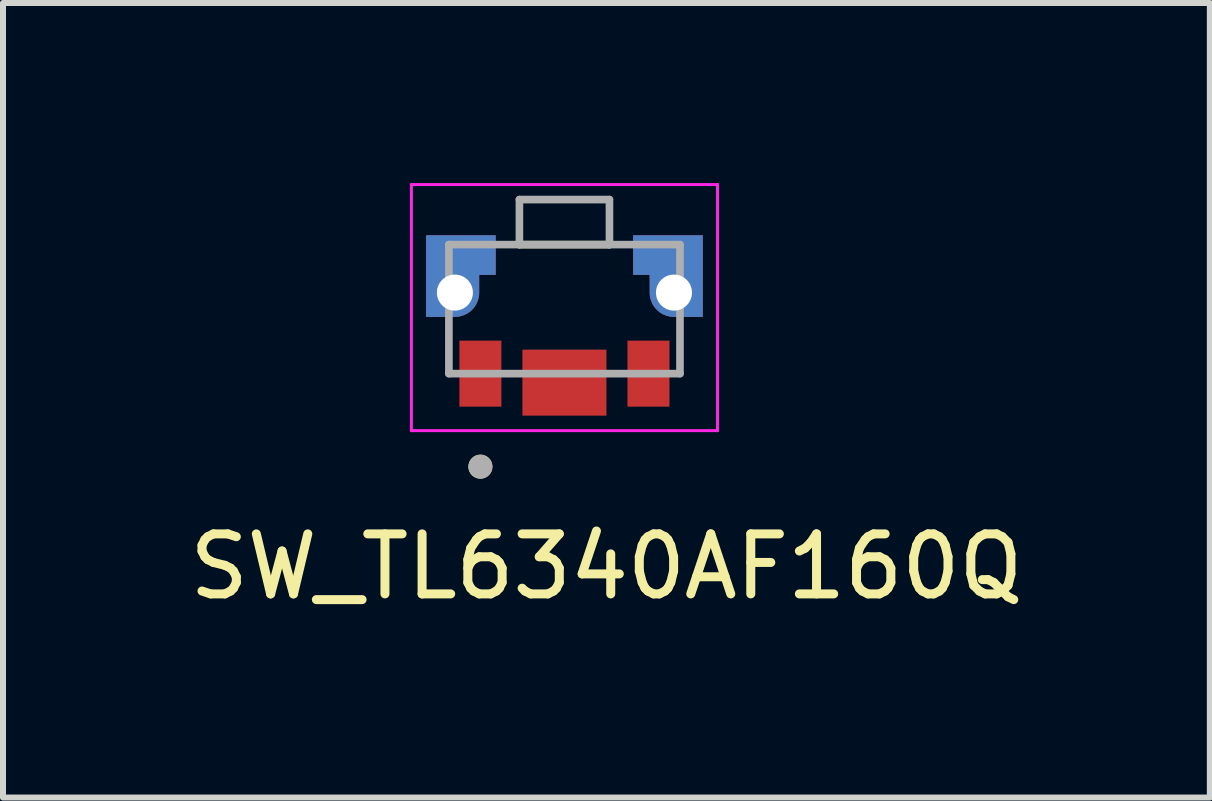
<source format=kicad_pcb>
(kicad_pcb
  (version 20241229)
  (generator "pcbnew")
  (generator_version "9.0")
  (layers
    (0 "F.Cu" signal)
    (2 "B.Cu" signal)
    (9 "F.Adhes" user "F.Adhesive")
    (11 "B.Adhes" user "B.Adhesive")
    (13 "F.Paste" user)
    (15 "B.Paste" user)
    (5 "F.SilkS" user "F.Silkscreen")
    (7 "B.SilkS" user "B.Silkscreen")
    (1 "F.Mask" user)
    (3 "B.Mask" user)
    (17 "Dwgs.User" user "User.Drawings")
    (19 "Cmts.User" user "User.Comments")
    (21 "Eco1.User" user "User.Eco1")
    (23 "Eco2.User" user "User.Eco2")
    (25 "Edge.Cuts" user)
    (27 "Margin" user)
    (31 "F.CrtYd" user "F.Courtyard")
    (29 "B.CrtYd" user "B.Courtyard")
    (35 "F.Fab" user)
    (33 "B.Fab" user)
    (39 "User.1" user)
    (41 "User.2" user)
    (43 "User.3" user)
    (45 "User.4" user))
  (footprint "SW_TL6340AF160Q"
    (layer "F.Cu")
    (at 6.354 1.825)
    (property "Reference" "SW_TL6340AF160Q" (at 0.7 4.565 0) (layer "F.SilkS") (effects (font (size 1 1) (thickness 0.15))))
    (attr smd)
    (fp_poly (pts (xy 1.325 -0.2) (xy 1.05 -0.2) (xy 1.05 -1.05) (xy 2.4 -1.05) (xy 2.4 0.5) (xy 1.825 0.5) (xy 1.799 0.499) (xy 1.773 0.497) (xy 1.747 0.494) (xy 1.721 0.489) (xy 1.696 0.483) (xy 1.67 0.476) (xy 1.646 0.467) (xy 1.622 0.457) (xy 1.598 0.446) (xy 1.575 0.433) (xy 1.553 0.419) (xy 1.531 0.405) (xy 1.51 0.389) (xy 1.49 0.372) (xy 1.471 0.354) (xy 1.453 0.335) (xy 1.436 0.315) (xy 1.42 0.294) (xy 1.406 0.272) (xy 1.392 0.25) (xy 1.379 0.227) (xy 1.368 0.203) (xy 1.358 0.179) (xy 1.349 0.155) (xy 1.342 0.129) (xy 1.336 0.104) (xy 1.331 0.078) (xy 1.328 0.052) (xy 1.326 0.026) (xy 1.325 0) (xy 1.325 -0.2)) (stroke (width 0.01) (type solid)) (fill yes) (layer "F.Mask"))
    (fp_poly (pts (xy -1.325 -0.2) (xy -1.05 -0.2) (xy -1.05 -1.05) (xy -1.075 -1.05) (xy -2.4 -1.05) (xy -2.4 0.5) (xy -1.825 0.5) (xy -1.799 0.499) (xy -1.773 0.497) (xy -1.747 0.494) (xy -1.721 0.489) (xy -1.696 0.483) (xy -1.67 0.476) (xy -1.646 0.467) (xy -1.622 0.457) (xy -1.598 0.446) (xy -1.575 0.433) (xy -1.553 0.419) (xy -1.531 0.405) (xy -1.51 0.389) (xy -1.49 0.372) (xy -1.471 0.354) (xy -1.453 0.335) (xy -1.436 0.315) (xy -1.42 0.294) (xy -1.406 0.272) (xy -1.392 0.25) (xy -1.379 0.227) (xy -1.368 0.203) (xy -1.358 0.179) (xy -1.349 0.155) (xy -1.342 0.129) (xy -1.336 0.104) (xy -1.331 0.078) (xy -1.328 0.052) (xy -1.326 0.026) (xy -1.325 0) (xy -1.325 -0.2)) (stroke (width 0.01) (type solid)) (fill yes) (layer "F.Mask"))
    (fp_poly (pts (xy -1.325 -0.2) (xy -1.05 -0.2) (xy -1.05 -1.05) (xy -2.4 -1.05) (xy -2.4 0.5) (xy -1.825 0.5) (xy -1.799 0.499) (xy -1.773 0.497) (xy -1.747 0.494) (xy -1.721 0.489) (xy -1.696 0.483) (xy -1.67 0.476) (xy -1.646 0.467) (xy -1.622 0.457) (xy -1.598 0.446) (xy -1.575 0.433) (xy -1.553 0.419) (xy -1.531 0.405) (xy -1.51 0.389) (xy -1.49 0.372) (xy -1.471 0.354) (xy -1.453 0.335) (xy -1.436 0.315) (xy -1.42 0.294) (xy -1.406 0.272) (xy -1.392 0.25) (xy -1.379 0.227) (xy -1.368 0.203) (xy -1.358 0.179) (xy -1.349 0.155) (xy -1.342 0.129) (xy -1.336 0.104) (xy -1.331 0.078) (xy -1.328 0.052) (xy -1.326 0.026) (xy -1.325 0) (xy -1.325 -0.2)) (stroke (width 0.01) (type solid)) (fill yes) (layer "B.Mask"))
    (fp_poly (pts (xy 1.325 -0.2) (xy 1.05 -0.2) (xy 1.05 -1.05) (xy 2.4 -1.05) (xy 2.4 0.5) (xy 1.825 0.5) (xy 1.799 0.499) (xy 1.773 0.497) (xy 1.747 0.494) (xy 1.721 0.489) (xy 1.696 0.483) (xy 1.67 0.476) (xy 1.646 0.467) (xy 1.622 0.457) (xy 1.598 0.446) (xy 1.575 0.433) (xy 1.553 0.419) (xy 1.531 0.405) (xy 1.51 0.389) (xy 1.49 0.372) (xy 1.471 0.354) (xy 1.453 0.335) (xy 1.436 0.315) (xy 1.42 0.294) (xy 1.406 0.272) (xy 1.392 0.25) (xy 1.379 0.227) (xy 1.368 0.203) (xy 1.358 0.179) (xy 1.349 0.155) (xy 1.342 0.129) (xy 1.336 0.104) (xy 1.331 0.078) (xy 1.328 0.052) (xy 1.326 0.026) (xy 1.325 0) (xy 1.325 -0.2)) (stroke (width 0.01) (type solid)) (fill yes) (layer "B.Mask"))
    (fp_line (start 0.75 -0.8) (end -0.75 -0.8) (stroke (width 0.127) (type solid)) (layer "F.SilkS"))
    (fp_circle (center -1.4 2.9) (end -1.3 2.9) (stroke (width 0.2) (type solid)) (fill no) (layer "F.SilkS"))
    (fp_line (start -2.55 -1.8) (end -2.55 2.3) (stroke (width 0.05) (type solid)) (layer "F.CrtYd"))
    (fp_line (start -2.55 2.3) (end 2.55 2.3) (stroke (width 0.05) (type solid)) (layer "F.CrtYd"))
    (fp_line (start 2.55 -1.8) (end -2.55 -1.8) (stroke (width 0.05) (type solid)) (layer "F.CrtYd"))
    (fp_line (start 2.55 2.3) (end 2.55 -1.8) (stroke (width 0.05) (type solid)) (layer "F.CrtYd"))
    (fp_line (start -1.925 -0.8) (end -1.925 1.35) (stroke (width 0.127) (type solid)) (layer "F.Fab"))
    (fp_line (start -1.925 -0.8) (end -0.75 -0.8) (stroke (width 0.127) (type solid)) (layer "F.Fab"))
    (fp_line (start -1.925 1.35) (end 1.925 1.35) (stroke (width 0.127) (type solid)) (layer "F.Fab"))
    (fp_line (start -0.75 -1.55) (end 0.75 -1.55) (stroke (width 0.127) (type solid)) (layer "F.Fab"))
    (fp_line (start -0.75 -0.8) (end -0.75 -1.55) (stroke (width 0.127) (type solid)) (layer "F.Fab"))
    (fp_line (start 0.75 -1.55) (end 0.75 -0.8) (stroke (width 0.127) (type solid)) (layer "F.Fab"))
    (fp_line (start 0.75 -0.8) (end -0.75 -0.8) (stroke (width 0.127) (type solid)) (layer "F.Fab"))
    (fp_line (start 1.925 -0.8) (end 0.75 -0.8) (stroke (width 0.127) (type solid)) (layer "F.Fab"))
    (fp_line (start 1.925 1.35) (end 1.925 -0.8) (stroke (width 0.127) (type solid)) (layer "F.Fab"))
    (fp_circle (center -1.4 2.9) (end -1.3 2.9) (stroke (width 0.2) (type solid)) (fill no) (layer "F.Fab"))
    (pad "1" smd rect (at -1.4 1.35) (size 0.7 1.1) (layers "F.Cu" "F.Mask" "F.Paste"))
    (pad "2" smd rect (at 1.4 1.35) (size 0.7 1.1) (layers "F.Cu" "F.Mask" "F.Paste"))
    (pad "SH1" thru_hole custom (at -1.825 0) (size 0.8 0.8) (drill 0.6) (layers "*.Cu") (options (anchor circle)) (primitives (gr_poly (pts (xy -0.47 -0.95) (xy -0.475 -0.95) (xy -0.475 0.4) (xy 0 0.4) (xy 0.021 0.399) (xy 0.042 0.398) (xy 0.063 0.395) (xy 0.083 0.391) (xy 0.104 0.386) (xy 0.124 0.38) (xy 0.143 0.373) (xy 0.163 0.365) (xy 0.182 0.356) (xy 0.2 0.346) (xy 0.218 0.335) (xy 0.235 0.324) (xy 0.252 0.311) (xy 0.268 0.297) (xy 0.283 0.283) (xy 0.297 0.268) (xy 0.311 0.252) (xy 0.324 0.235) (xy 0.335 0.218) (xy 0.346 0.2) (xy 0.356 0.182) (xy 0.365 0.163) (xy 0.373 0.143) (xy 0.38 0.124) (xy 0.386 0.104) (xy 0.391 0.083) (xy 0.395 0.063) (xy 0.398 0.042) (xy 0.399 0.021) (xy 0.4 0) (xy 0.4 -0.3) (xy 0.675 -0.3) (xy 0.675 -0.95) (xy -0.47 -0.95)) (width 0.01) (fill yes))))
    (pad "SH2" thru_hole custom (at 1.825 0) (size 0.8 0.8) (drill 0.6) (layers "*.Cu") (options (anchor circle)) (primitives (gr_poly (pts (xy -0.675 -0.95) (xy 0.475 -0.95) (xy 0.475 0.4) (xy 0 0.4) (xy -0.021 0.399) (xy -0.042 0.398) (xy -0.063 0.395) (xy -0.083 0.391) (xy -0.104 0.386) (xy -0.124 0.38) (xy -0.143 0.373) (xy -0.163 0.365) (xy -0.182 0.356) (xy -0.2 0.346) (xy -0.218 0.335) (xy -0.235 0.324) (xy -0.252 0.311) (xy -0.268 0.297) (xy -0.283 0.283) (xy -0.297 0.268) (xy -0.311 0.252) (xy -0.324 0.235) (xy -0.335 0.218) (xy -0.346 0.2) (xy -0.356 0.182) (xy -0.365 0.163) (xy -0.373 0.143) (xy -0.38 0.124) (xy -0.386 0.104) (xy -0.391 0.083) (xy -0.395 0.063) (xy -0.398 0.042) (xy -0.399 0.021) (xy -0.4 0) (xy -0.4 -0.3) (xy -0.675 -0.3) (xy -0.675 -0.95)) (width 0.01) (fill yes))))
    (pad "SH3" smd rect (at 0 1.5) (size 1.4 1.1) (layers "F.Cu" "F.Mask" "F.Paste")))
  (gr_rect
    (start -3 -3)
    (end 17.107 10.238)
    (stroke (width 0.1) (type default))
    (fill no)
    (layer "Edge.Cuts")))
</source>
